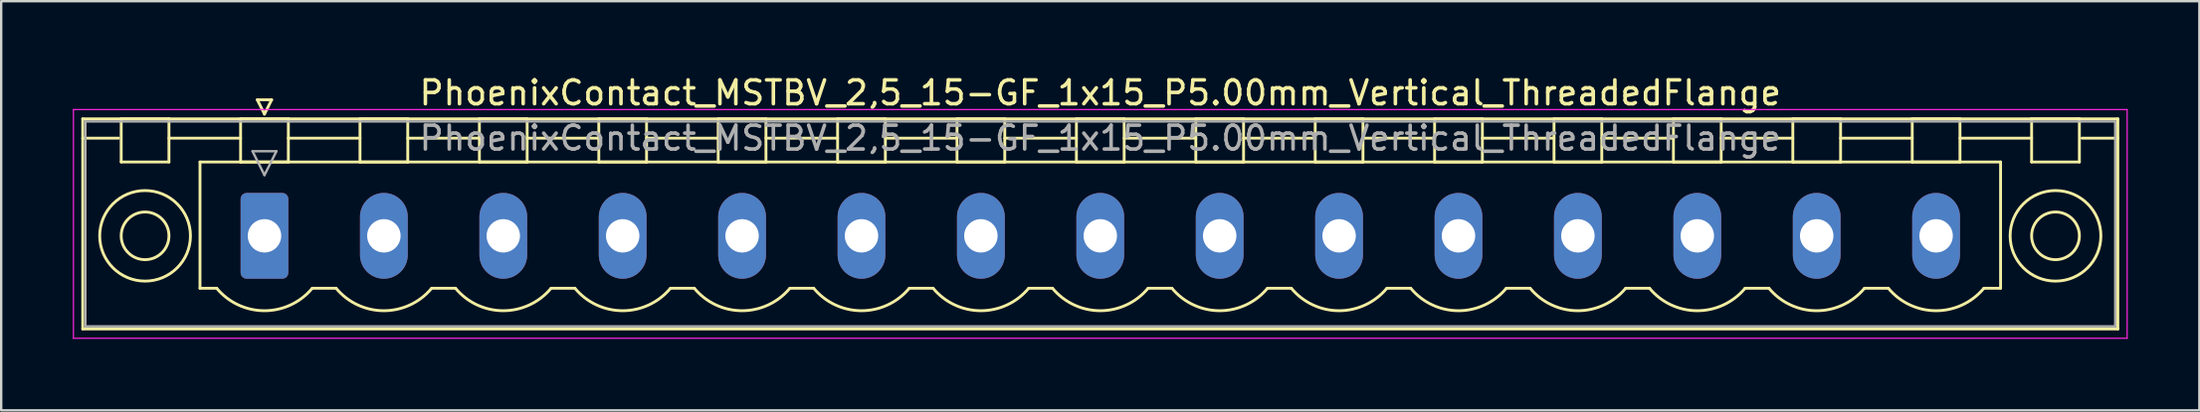
<source format=kicad_pcb>
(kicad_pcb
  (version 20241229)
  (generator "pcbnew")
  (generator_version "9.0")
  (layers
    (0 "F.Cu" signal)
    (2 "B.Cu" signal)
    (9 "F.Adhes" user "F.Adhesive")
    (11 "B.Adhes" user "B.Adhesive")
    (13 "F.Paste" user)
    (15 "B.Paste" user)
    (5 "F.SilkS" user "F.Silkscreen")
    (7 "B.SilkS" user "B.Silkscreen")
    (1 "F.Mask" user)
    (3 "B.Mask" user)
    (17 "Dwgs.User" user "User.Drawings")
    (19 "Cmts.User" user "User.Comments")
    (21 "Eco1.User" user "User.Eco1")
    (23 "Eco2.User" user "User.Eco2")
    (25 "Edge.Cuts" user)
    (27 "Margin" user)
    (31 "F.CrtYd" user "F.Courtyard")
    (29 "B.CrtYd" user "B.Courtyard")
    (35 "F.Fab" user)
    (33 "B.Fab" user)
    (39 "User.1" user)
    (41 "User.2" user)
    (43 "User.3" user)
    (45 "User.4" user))
  (footprint "PhoenixContact_MSTBV_2,5_15-GF_1x15_P5.00mm_Vertical_ThreadedFlange"
    (layer "F.Cu")
    (at 8.025 6.848)
    (property "Reference" "PhoenixContact_MSTBV_2,5_15-GF_1x15_P5.00mm_Vertical_ThreadedFlange" (at 35 -6 0) (layer "F.SilkS") (effects (font (size 1 1) (thickness 0.15))))
    (attr through_hole)
    (fp_line (start -7.61 -4.91) (end -7.61 3.91) (stroke (width 0.12) (type solid)) (layer "F.SilkS"))
    (fp_line (start -7.61 -4.1) (end -6.11 -4.1) (stroke (width 0.12) (type solid)) (layer "F.SilkS"))
    (fp_line (start -7.61 3.91) (end 77.61 3.91) (stroke (width 0.12) (type solid)) (layer "F.SilkS"))
    (fp_line (start -6 -4.91) (end -4 -4.91) (stroke (width 0.12) (type solid)) (layer "F.SilkS"))
    (fp_line (start -6 -3.1) (end -6 -4.91) (stroke (width 0.12) (type solid)) (layer "F.SilkS"))
    (fp_line (start -4 -4.91) (end -4 -3.1) (stroke (width 0.12) (type solid)) (layer "F.SilkS"))
    (fp_line (start -4 -4.1) (end -1 -4.1) (stroke (width 0.12) (type solid)) (layer "F.SilkS"))
    (fp_line (start -4 -3.1) (end -6 -3.1) (stroke (width 0.12) (type solid)) (layer "F.SilkS"))
    (fp_line (start -2.7 -3.1) (end 72.7 -3.1) (stroke (width 0.12) (type solid)) (layer "F.SilkS"))
    (fp_line (start -2.7 2.2) (end -2.7 -3.1) (stroke (width 0.12) (type solid)) (layer "F.SilkS"))
    (fp_line (start -2 2.2) (end -2.7 2.2) (stroke (width 0.12) (type solid)) (layer "F.SilkS"))
    (fp_line (start -1 -4.91) (end 1 -4.91) (stroke (width 0.12) (type solid)) (layer "F.SilkS"))
    (fp_line (start -1 -3.1) (end -1 -4.91) (stroke (width 0.12) (type solid)) (layer "F.SilkS"))
    (fp_line (start -0.3 -5.71) (end 0.3 -5.71) (stroke (width 0.12) (type solid)) (layer "F.SilkS"))
    (fp_line (start 0 -5.11) (end -0.3 -5.71) (stroke (width 0.12) (type solid)) (layer "F.SilkS"))
    (fp_line (start 0.3 -5.71) (end 0 -5.11) (stroke (width 0.12) (type solid)) (layer "F.SilkS"))
    (fp_line (start 1 -4.91) (end 1 -3.1) (stroke (width 0.12) (type solid)) (layer "F.SilkS"))
    (fp_line (start 1 -4.1) (end 4 -4.1) (stroke (width 0.12) (type solid)) (layer "F.SilkS"))
    (fp_line (start 1 -3.1) (end -1 -3.1) (stroke (width 0.12) (type solid)) (layer "F.SilkS"))
    (fp_line (start 2 2.2) (end 3 2.2) (stroke (width 0.12) (type solid)) (layer "F.SilkS"))
    (fp_line (start 4 -4.91) (end 6 -4.91) (stroke (width 0.12) (type solid)) (layer "F.SilkS"))
    (fp_line (start 4 -3.1) (end 4 -4.91) (stroke (width 0.12) (type solid)) (layer "F.SilkS"))
    (fp_line (start 6 -4.91) (end 6 -3.1) (stroke (width 0.12) (type solid)) (layer "F.SilkS"))
    (fp_line (start 6 -4.1) (end 9 -4.1) (stroke (width 0.12) (type solid)) (layer "F.SilkS"))
    (fp_line (start 6 -3.1) (end 4 -3.1) (stroke (width 0.12) (type solid)) (layer "F.SilkS"))
    (fp_line (start 7 2.2) (end 8 2.2) (stroke (width 0.12) (type solid)) (layer "F.SilkS"))
    (fp_line (start 9 -4.91) (end 11 -4.91) (stroke (width 0.12) (type solid)) (layer "F.SilkS"))
    (fp_line (start 9 -3.1) (end 9 -4.91) (stroke (width 0.12) (type solid)) (layer "F.SilkS"))
    (fp_line (start 11 -4.91) (end 11 -3.1) (stroke (width 0.12) (type solid)) (layer "F.SilkS"))
    (fp_line (start 11 -4.1) (end 14 -4.1) (stroke (width 0.12) (type solid)) (layer "F.SilkS"))
    (fp_line (start 11 -3.1) (end 9 -3.1) (stroke (width 0.12) (type solid)) (layer "F.SilkS"))
    (fp_line (start 12 2.2) (end 13 2.2) (stroke (width 0.12) (type solid)) (layer "F.SilkS"))
    (fp_line (start 14 -4.91) (end 16 -4.91) (stroke (width 0.12) (type solid)) (layer "F.SilkS"))
    (fp_line (start 14 -3.1) (end 14 -4.91) (stroke (width 0.12) (type solid)) (layer "F.SilkS"))
    (fp_line (start 16 -4.91) (end 16 -3.1) (stroke (width 0.12) (type solid)) (layer "F.SilkS"))
    (fp_line (start 16 -4.1) (end 19 -4.1) (stroke (width 0.12) (type solid)) (layer "F.SilkS"))
    (fp_line (start 16 -3.1) (end 14 -3.1) (stroke (width 0.12) (type solid)) (layer "F.SilkS"))
    (fp_line (start 17 2.2) (end 18 2.2) (stroke (width 0.12) (type solid)) (layer "F.SilkS"))
    (fp_line (start 19 -4.91) (end 21 -4.91) (stroke (width 0.12) (type solid)) (layer "F.SilkS"))
    (fp_line (start 19 -3.1) (end 19 -4.91) (stroke (width 0.12) (type solid)) (layer "F.SilkS"))
    (fp_line (start 21 -4.91) (end 21 -3.1) (stroke (width 0.12) (type solid)) (layer "F.SilkS"))
    (fp_line (start 21 -4.1) (end 24 -4.1) (stroke (width 0.12) (type solid)) (layer "F.SilkS"))
    (fp_line (start 21 -3.1) (end 19 -3.1) (stroke (width 0.12) (type solid)) (layer "F.SilkS"))
    (fp_line (start 22 2.2) (end 23 2.2) (stroke (width 0.12) (type solid)) (layer "F.SilkS"))
    (fp_line (start 24 -4.91) (end 26 -4.91) (stroke (width 0.12) (type solid)) (layer "F.SilkS"))
    (fp_line (start 24 -3.1) (end 24 -4.91) (stroke (width 0.12) (type solid)) (layer "F.SilkS"))
    (fp_line (start 26 -4.91) (end 26 -3.1) (stroke (width 0.12) (type solid)) (layer "F.SilkS"))
    (fp_line (start 26 -4.1) (end 29 -4.1) (stroke (width 0.12) (type solid)) (layer "F.SilkS"))
    (fp_line (start 26 -3.1) (end 24 -3.1) (stroke (width 0.12) (type solid)) (layer "F.SilkS"))
    (fp_line (start 27 2.2) (end 28 2.2) (stroke (width 0.12) (type solid)) (layer "F.SilkS"))
    (fp_line (start 29 -4.91) (end 31 -4.91) (stroke (width 0.12) (type solid)) (layer "F.SilkS"))
    (fp_line (start 29 -3.1) (end 29 -4.91) (stroke (width 0.12) (type solid)) (layer "F.SilkS"))
    (fp_line (start 31 -4.91) (end 31 -3.1) (stroke (width 0.12) (type solid)) (layer "F.SilkS"))
    (fp_line (start 31 -4.1) (end 34 -4.1) (stroke (width 0.12) (type solid)) (layer "F.SilkS"))
    (fp_line (start 31 -3.1) (end 29 -3.1) (stroke (width 0.12) (type solid)) (layer "F.SilkS"))
    (fp_line (start 32 2.2) (end 33 2.2) (stroke (width 0.12) (type solid)) (layer "F.SilkS"))
    (fp_line (start 34 -4.91) (end 36 -4.91) (stroke (width 0.12) (type solid)) (layer "F.SilkS"))
    (fp_line (start 34 -3.1) (end 34 -4.91) (stroke (width 0.12) (type solid)) (layer "F.SilkS"))
    (fp_line (start 36 -4.91) (end 36 -3.1) (stroke (width 0.12) (type solid)) (layer "F.SilkS"))
    (fp_line (start 36 -4.1) (end 39 -4.1) (stroke (width 0.12) (type solid)) (layer "F.SilkS"))
    (fp_line (start 36 -3.1) (end 34 -3.1) (stroke (width 0.12) (type solid)) (layer "F.SilkS"))
    (fp_line (start 37 2.2) (end 38 2.2) (stroke (width 0.12) (type solid)) (layer "F.SilkS"))
    (fp_line (start 39 -4.91) (end 41 -4.91) (stroke (width 0.12) (type solid)) (layer "F.SilkS"))
    (fp_line (start 39 -3.1) (end 39 -4.91) (stroke (width 0.12) (type solid)) (layer "F.SilkS"))
    (fp_line (start 41 -4.91) (end 41 -3.1) (stroke (width 0.12) (type solid)) (layer "F.SilkS"))
    (fp_line (start 41 -4.1) (end 44 -4.1) (stroke (width 0.12) (type solid)) (layer "F.SilkS"))
    (fp_line (start 41 -3.1) (end 39 -3.1) (stroke (width 0.12) (type solid)) (layer "F.SilkS"))
    (fp_line (start 42 2.2) (end 43 2.2) (stroke (width 0.12) (type solid)) (layer "F.SilkS"))
    (fp_line (start 44 -4.91) (end 46 -4.91) (stroke (width 0.12) (type solid)) (layer "F.SilkS"))
    (fp_line (start 44 -3.1) (end 44 -4.91) (stroke (width 0.12) (type solid)) (layer "F.SilkS"))
    (fp_line (start 46 -4.91) (end 46 -3.1) (stroke (width 0.12) (type solid)) (layer "F.SilkS"))
    (fp_line (start 46 -4.1) (end 49 -4.1) (stroke (width 0.12) (type solid)) (layer "F.SilkS"))
    (fp_line (start 46 -3.1) (end 44 -3.1) (stroke (width 0.12) (type solid)) (layer "F.SilkS"))
    (fp_line (start 47 2.2) (end 48 2.2) (stroke (width 0.12) (type solid)) (layer "F.SilkS"))
    (fp_line (start 49 -4.91) (end 51 -4.91) (stroke (width 0.12) (type solid)) (layer "F.SilkS"))
    (fp_line (start 49 -3.1) (end 49 -4.91) (stroke (width 0.12) (type solid)) (layer "F.SilkS"))
    (fp_line (start 51 -4.91) (end 51 -3.1) (stroke (width 0.12) (type solid)) (layer "F.SilkS"))
    (fp_line (start 51 -4.1) (end 54 -4.1) (stroke (width 0.12) (type solid)) (layer "F.SilkS"))
    (fp_line (start 51 -3.1) (end 49 -3.1) (stroke (width 0.12) (type solid)) (layer "F.SilkS"))
    (fp_line (start 52 2.2) (end 53 2.2) (stroke (width 0.12) (type solid)) (layer "F.SilkS"))
    (fp_line (start 54 -4.91) (end 56 -4.91) (stroke (width 0.12) (type solid)) (layer "F.SilkS"))
    (fp_line (start 54 -3.1) (end 54 -4.91) (stroke (width 0.12) (type solid)) (layer "F.SilkS"))
    (fp_line (start 56 -4.91) (end 56 -3.1) (stroke (width 0.12) (type solid)) (layer "F.SilkS"))
    (fp_line (start 56 -4.1) (end 59 -4.1) (stroke (width 0.12) (type solid)) (layer "F.SilkS"))
    (fp_line (start 56 -3.1) (end 54 -3.1) (stroke (width 0.12) (type solid)) (layer "F.SilkS"))
    (fp_line (start 57 2.2) (end 58 2.2) (stroke (width 0.12) (type solid)) (layer "F.SilkS"))
    (fp_line (start 59 -4.91) (end 61 -4.91) (stroke (width 0.12) (type solid)) (layer "F.SilkS"))
    (fp_line (start 59 -3.1) (end 59 -4.91) (stroke (width 0.12) (type solid)) (layer "F.SilkS"))
    (fp_line (start 61 -4.91) (end 61 -3.1) (stroke (width 0.12) (type solid)) (layer "F.SilkS"))
    (fp_line (start 61 -4.1) (end 64 -4.1) (stroke (width 0.12) (type solid)) (layer "F.SilkS"))
    (fp_line (start 61 -3.1) (end 59 -3.1) (stroke (width 0.12) (type solid)) (layer "F.SilkS"))
    (fp_line (start 62 2.2) (end 63 2.2) (stroke (width 0.12) (type solid)) (layer "F.SilkS"))
    (fp_line (start 64 -4.91) (end 66 -4.91) (stroke (width 0.12) (type solid)) (layer "F.SilkS"))
    (fp_line (start 64 -3.1) (end 64 -4.91) (stroke (width 0.12) (type solid)) (layer "F.SilkS"))
    (fp_line (start 66 -4.91) (end 66 -3.1) (stroke (width 0.12) (type solid)) (layer "F.SilkS"))
    (fp_line (start 66 -4.1) (end 69 -4.1) (stroke (width 0.12) (type solid)) (layer "F.SilkS"))
    (fp_line (start 66 -3.1) (end 64 -3.1) (stroke (width 0.12) (type solid)) (layer "F.SilkS"))
    (fp_line (start 67 2.2) (end 68 2.2) (stroke (width 0.12) (type solid)) (layer "F.SilkS"))
    (fp_line (start 69 -4.91) (end 71 -4.91) (stroke (width 0.12) (type solid)) (layer "F.SilkS"))
    (fp_line (start 69 -3.1) (end 69 -4.91) (stroke (width 0.12) (type solid)) (layer "F.SilkS"))
    (fp_line (start 71 -4.91) (end 71 -3.1) (stroke (width 0.12) (type solid)) (layer "F.SilkS"))
    (fp_line (start 71 -4.1) (end 74 -4.1) (stroke (width 0.12) (type solid)) (layer "F.SilkS"))
    (fp_line (start 71 -3.1) (end 69 -3.1) (stroke (width 0.12) (type solid)) (layer "F.SilkS"))
    (fp_line (start 72.7 -3.1) (end 72.7 2.2) (stroke (width 0.12) (type solid)) (layer "F.SilkS"))
    (fp_line (start 72.7 2.2) (end 72 2.2) (stroke (width 0.12) (type solid)) (layer "F.SilkS"))
    (fp_line (start 74 -4.91) (end 76 -4.91) (stroke (width 0.12) (type solid)) (layer "F.SilkS"))
    (fp_line (start 74 -3.1) (end 74 -4.91) (stroke (width 0.12) (type solid)) (layer "F.SilkS"))
    (fp_line (start 76 -4.91) (end 76 -3.1) (stroke (width 0.12) (type solid)) (layer "F.SilkS"))
    (fp_line (start 76 -3.1) (end 74 -3.1) (stroke (width 0.12) (type solid)) (layer "F.SilkS"))
    (fp_line (start 77.61 -4.91) (end -7.61 -4.91) (stroke (width 0.12) (type solid)) (layer "F.SilkS"))
    (fp_line (start 77.61 -4.1) (end 76.11 -4.1) (stroke (width 0.12) (type solid)) (layer "F.SilkS"))
    (fp_line (start 77.61 3.91) (end 77.61 -4.91) (stroke (width 0.12) (type solid)) (layer "F.SilkS"))
    (fp_arc (start 1.986842 2.215821) (mid -0.010289 3.142758) (end -2 2.2) (stroke (width 0.12) (type solid)) (layer "F.SilkS"))
    (fp_arc (start 6.986842 2.215821) (mid 4.989711 3.142758) (end 3 2.2) (stroke (width 0.12) (type solid)) (layer "F.SilkS"))
    (fp_arc (start 11.986842 2.215821) (mid 9.989711 3.142758) (end 8 2.2) (stroke (width 0.12) (type solid)) (layer "F.SilkS"))
    (fp_arc (start 16.986842 2.215821) (mid 14.989711 3.142758) (end 13 2.2) (stroke (width 0.12) (type solid)) (layer "F.SilkS"))
    (fp_arc (start 21.986842 2.215821) (mid 19.989711 3.142758) (end 18 2.2) (stroke (width 0.12) (type solid)) (layer "F.SilkS"))
    (fp_arc (start 26.986842 2.215821) (mid 24.989711 3.142758) (end 23 2.2) (stroke (width 0.12) (type solid)) (layer "F.SilkS"))
    (fp_arc (start 31.986842 2.215821) (mid 29.989711 3.142758) (end 28 2.2) (stroke (width 0.12) (type solid)) (layer "F.SilkS"))
    (fp_arc (start 36.986842 2.215821) (mid 34.989711 3.142758) (end 33 2.2) (stroke (width 0.12) (type solid)) (layer "F.SilkS"))
    (fp_arc (start 41.986842 2.215821) (mid 39.989711 3.142758) (end 38 2.2) (stroke (width 0.12) (type solid)) (layer "F.SilkS"))
    (fp_arc (start 46.986842 2.215821) (mid 44.989711 3.142758) (end 43 2.2) (stroke (width 0.12) (type solid)) (layer "F.SilkS"))
    (fp_arc (start 51.986842 2.215821) (mid 49.989711 3.142758) (end 48 2.2) (stroke (width 0.12) (type solid)) (layer "F.SilkS"))
    (fp_arc (start 56.986842 2.215821) (mid 54.989711 3.142758) (end 53 2.2) (stroke (width 0.12) (type solid)) (layer "F.SilkS"))
    (fp_arc (start 61.986842 2.215821) (mid 59.989711 3.142758) (end 58 2.2) (stroke (width 0.12) (type solid)) (layer "F.SilkS"))
    (fp_arc (start 66.986842 2.215821) (mid 64.989711 3.142758) (end 63 2.2) (stroke (width 0.12) (type solid)) (layer "F.SilkS"))
    (fp_arc (start 71.986842 2.215821) (mid 69.989711 3.142758) (end 68 2.2) (stroke (width 0.12) (type solid)) (layer "F.SilkS"))
    (fp_circle (center -5 0) (end -4 0) (stroke (width 0.12) (type solid)) (fill no) (layer "F.SilkS"))
    (fp_circle (center -5 0) (end -3.1 0) (stroke (width 0.12) (type solid)) (fill no) (layer "F.SilkS"))
    (fp_circle (center 75 0) (end 76 0) (stroke (width 0.12) (type solid)) (fill no) (layer "F.SilkS"))
    (fp_circle (center 75 0) (end 76.9 0) (stroke (width 0.12) (type solid)) (fill no) (layer "F.SilkS"))
    (fp_line (start -8 -5.3) (end -8 4.3) (stroke (width 0.05) (type solid)) (layer "F.CrtYd"))
    (fp_line (start -8 4.3) (end 78 4.3) (stroke (width 0.05) (type solid)) (layer "F.CrtYd"))
    (fp_line (start 78 -5.3) (end -8 -5.3) (stroke (width 0.05) (type solid)) (layer "F.CrtYd"))
    (fp_line (start 78 4.3) (end 78 -5.3) (stroke (width 0.05) (type solid)) (layer "F.CrtYd"))
    (fp_line (start -7.5 -4.8) (end -7.5 3.8) (stroke (width 0.1) (type solid)) (layer "F.Fab"))
    (fp_line (start -7.5 3.8) (end 77.5 3.8) (stroke (width 0.1) (type solid)) (layer "F.Fab"))
    (fp_line (start -0.5 -3.55) (end 0.5 -3.55) (stroke (width 0.1) (type solid)) (layer "F.Fab"))
    (fp_line (start 0 -2.55) (end -0.5 -3.55) (stroke (width 0.1) (type solid)) (layer "F.Fab"))
    (fp_line (start 0.5 -3.55) (end 0 -2.55) (stroke (width 0.1) (type solid)) (layer "F.Fab"))
    (fp_line (start 77.5 -4.8) (end -7.5 -4.8) (stroke (width 0.1) (type solid)) (layer "F.Fab"))
    (fp_line (start 77.5 3.8) (end 77.5 -4.8) (stroke (width 0.1) (type solid)) (layer "F.Fab"))
    (fp_text user "${REFERENCE}" (at 35 -4.1 0) (layer "F.Fab") (effects (font (size 1 1) (thickness 0.15))))
    (pad "1" thru_hole roundrect (at 0 0) (size 2 3.6) (drill 1.4) (layers "*.Cu" "*.Mask") (roundrect_rratio 0.125))
    (pad "2" thru_hole oval (at 5 0) (size 2 3.6) (drill 1.4) (layers "*.Cu" "*.Mask"))
    (pad "3" thru_hole oval (at 10 0) (size 2 3.6) (drill 1.4) (layers "*.Cu" "*.Mask"))
    (pad "4" thru_hole oval (at 15 0) (size 2 3.6) (drill 1.4) (layers "*.Cu" "*.Mask"))
    (pad "5" thru_hole oval (at 20 0) (size 2 3.6) (drill 1.4) (layers "*.Cu" "*.Mask"))
    (pad "6" thru_hole oval (at 25 0) (size 2 3.6) (drill 1.4) (layers "*.Cu" "*.Mask"))
    (pad "7" thru_hole oval (at 30 0) (size 2 3.6) (drill 1.4) (layers "*.Cu" "*.Mask"))
    (pad "8" thru_hole oval (at 35 0) (size 2 3.6) (drill 1.4) (layers "*.Cu" "*.Mask"))
    (pad "9" thru_hole oval (at 40 0) (size 2 3.6) (drill 1.4) (layers "*.Cu" "*.Mask"))
    (pad "10" thru_hole oval (at 45 0) (size 2 3.6) (drill 1.4) (layers "*.Cu" "*.Mask"))
    (pad "11" thru_hole oval (at 50 0) (size 2 3.6) (drill 1.4) (layers "*.Cu" "*.Mask"))
    (pad "12" thru_hole oval (at 55 0) (size 2 3.6) (drill 1.4) (layers "*.Cu" "*.Mask"))
    (pad "13" thru_hole oval (at 60 0) (size 2 3.6) (drill 1.4) (layers "*.Cu" "*.Mask"))
    (pad "14" thru_hole oval (at 65 0) (size 2 3.6) (drill 1.4) (layers "*.Cu" "*.Mask"))
    (pad "15" thru_hole oval (at 70 0) (size 2 3.6) (drill 1.4) (layers "*.Cu" "*.Mask")))
  (gr_rect
    (start -3 -3)
    (end 89.05 14.173)
    (stroke (width 0.1) (type default))
    (fill no)
    (layer "Edge.Cuts")))
</source>
